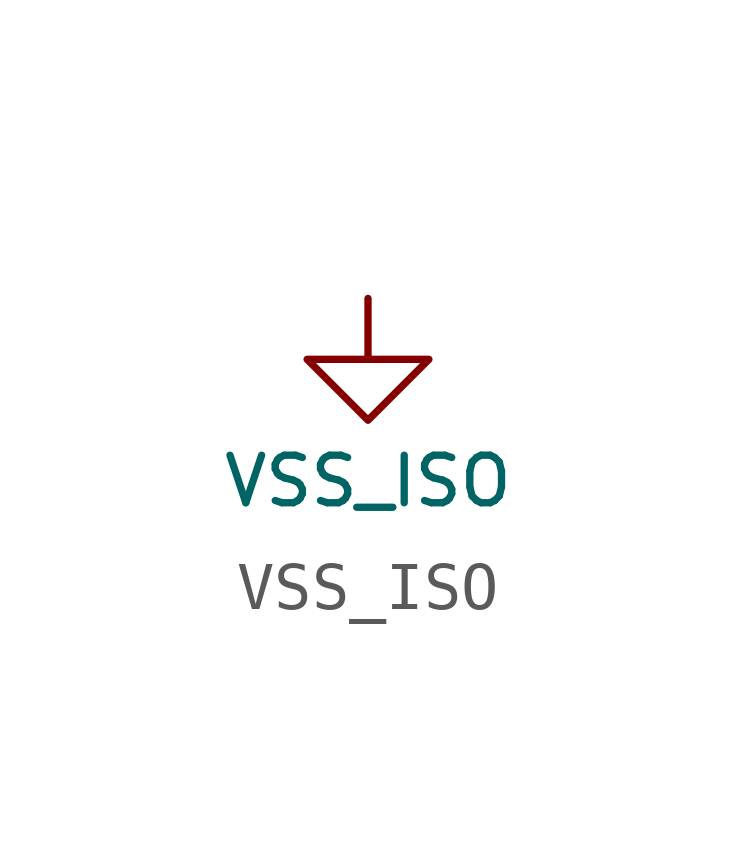
<source format=kicad_sym>
(kicad_symbol_lib
  (version 20220914)
  (generator kicad_symbol_editor)
  (symbol "VSS_ISO"
    (power)
    (pin_numbers hide)
    (pin_names
      (offset 0) hide)
    (property "Reference" "#PWR"
      (at 0 2.54 0)
      (effects (font (size 1.524 1.524)) hide))
    (property "Value" "VSS_ISO"
      (at 0 -2.54 0)
      (effects (font (size 0.991 0.991))))
    (property "Footprint" ""
      (at 0 0 0)
      (effects (font (size 1.524 1.524))))
    (property "Datasheet" ""
      (at 0 2.54 0)
      (effects (font (size 1.524 1.524))))
    (symbol "VSS_ISO_0_1"
      (polyline (pts (xy -1.27 0) (xy 1.27 0) (xy 0 -1.27) (xy -1.27 0)) (stroke (width 0) (type default)) (fill (type none))))
    (symbol "VSS_ISO_1_1"
      (pin power_in line (at 0 1.27 270) (length 1.27) (name "VSS_ISO" (effects (font (size 1.27 1.27)))) (number "1" (effects (font (size 1.27 1.27))))))))
</source>
